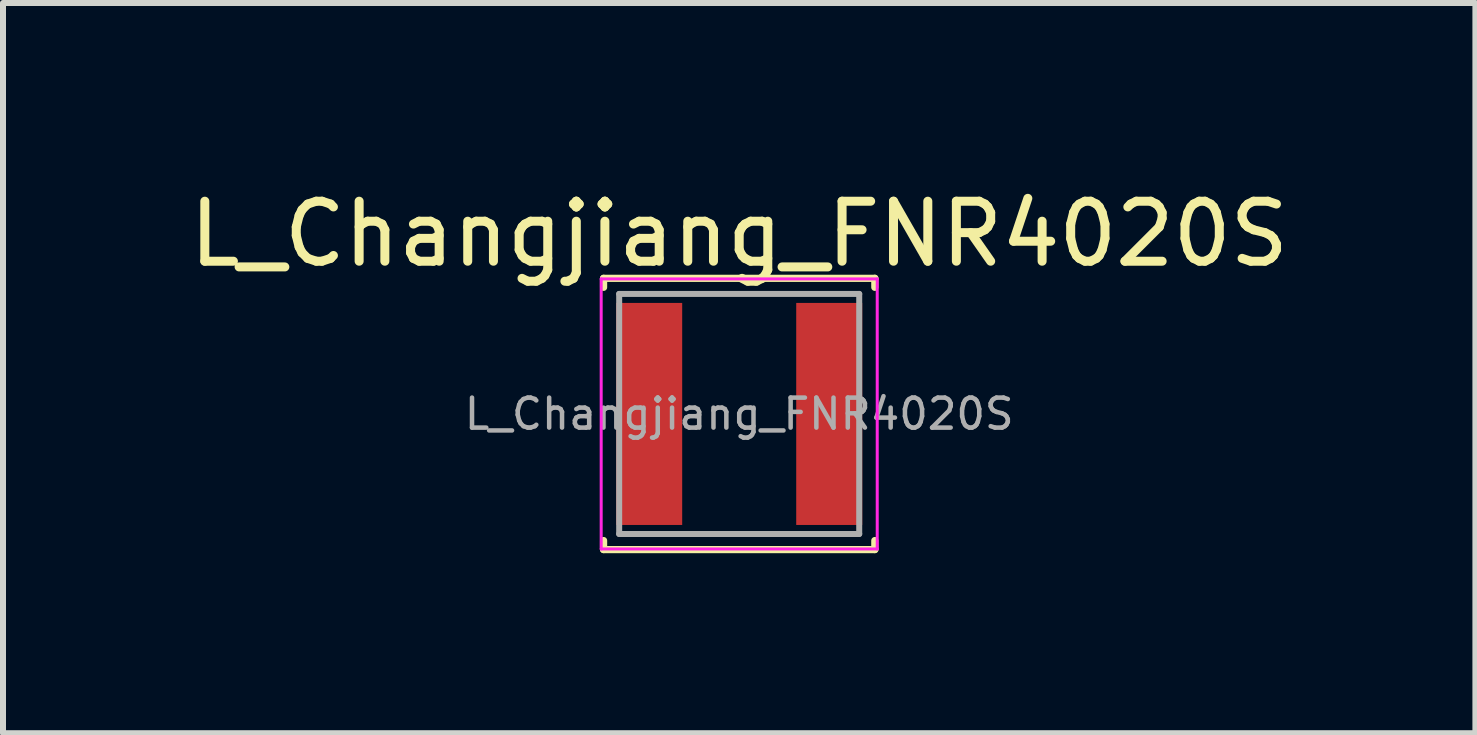
<source format=kicad_pcb>
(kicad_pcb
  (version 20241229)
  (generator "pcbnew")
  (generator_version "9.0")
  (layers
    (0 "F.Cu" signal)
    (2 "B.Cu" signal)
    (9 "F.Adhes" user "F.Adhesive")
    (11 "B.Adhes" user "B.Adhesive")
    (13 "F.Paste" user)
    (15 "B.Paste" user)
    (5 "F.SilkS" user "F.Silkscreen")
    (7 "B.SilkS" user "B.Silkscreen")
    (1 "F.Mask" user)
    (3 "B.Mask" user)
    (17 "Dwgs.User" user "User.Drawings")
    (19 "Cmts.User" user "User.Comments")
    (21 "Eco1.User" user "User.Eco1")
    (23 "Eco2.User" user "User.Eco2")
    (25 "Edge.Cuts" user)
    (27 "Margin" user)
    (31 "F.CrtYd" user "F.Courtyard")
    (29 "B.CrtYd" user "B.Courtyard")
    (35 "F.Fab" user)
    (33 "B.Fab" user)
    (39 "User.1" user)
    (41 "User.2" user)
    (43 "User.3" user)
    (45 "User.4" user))
  (footprint "L_Changjiang_FNR4020S"
    (layer "F.Cu")
    (at 9.268 3.848)
    (property "Reference" "L_Changjiang_FNR4020S" (at 0 -3 0) (layer "F.SilkS") (effects (font (size 1 1) (thickness 0.15))))
    (attr smd)
    (fp_line (start -2.26 -2.26) (end -2.26 -2.11) (stroke (width 0.12) (type solid)) (layer "F.SilkS"))
    (fp_line (start -2.26 -2.26) (end 2.26 -2.26) (stroke (width 0.12) (type solid)) (layer "F.SilkS"))
    (fp_line (start -2.26 2.26) (end -2.26 2.11) (stroke (width 0.12) (type solid)) (layer "F.SilkS"))
    (fp_line (start -2.26 2.26) (end 2.26 2.26) (stroke (width 0.12) (type solid)) (layer "F.SilkS"))
    (fp_line (start 2.26 -2.26) (end 2.26 -2.11) (stroke (width 0.12) (type solid)) (layer "F.SilkS"))
    (fp_line (start 2.26 2.26) (end 2.26 2.11) (stroke (width 0.12) (type solid)) (layer "F.SilkS"))
    (fp_line (start -2.3 -2.25) (end -2.3 2.25) (stroke (width 0.05) (type solid)) (layer "F.CrtYd"))
    (fp_line (start -2.3 2.25) (end 2.3 2.25) (stroke (width 0.05) (type solid)) (layer "F.CrtYd"))
    (fp_line (start 2.3 -2.25) (end -2.3 -2.25) (stroke (width 0.05) (type solid)) (layer "F.CrtYd"))
    (fp_line (start 2.3 2.25) (end 2.3 -2.25) (stroke (width 0.05) (type solid)) (layer "F.CrtYd"))
    (fp_line (start -2 -2) (end -2 2) (stroke (width 0.1) (type solid)) (layer "F.Fab"))
    (fp_line (start -2 2) (end 2 2) (stroke (width 0.1) (type solid)) (layer "F.Fab"))
    (fp_line (start 2 -2) (end -2 -2) (stroke (width 0.1) (type solid)) (layer "F.Fab"))
    (fp_line (start 2 2) (end 2 -2) (stroke (width 0.1) (type solid)) (layer "F.Fab"))
    (fp_text user "${REFERENCE}" (at 0 0 0) (layer "F.Fab") (effects (font (size 0.5 0.5) (thickness 0.075))))
    (pad "1" smd rect (at -1.5 0) (size 1.1 3.7) (layers "F.Cu" "F.Mask" "F.Paste"))
    (pad "2" smd rect (at 1.5 0) (size 1.1 3.7) (layers "F.Cu" "F.Mask" "F.Paste")))
  (gr_rect
    (start -3 -3)
    (end 21.536 9.168)
    (stroke (width 0.1) (type default))
    (fill no)
    (layer "Edge.Cuts")))
</source>
